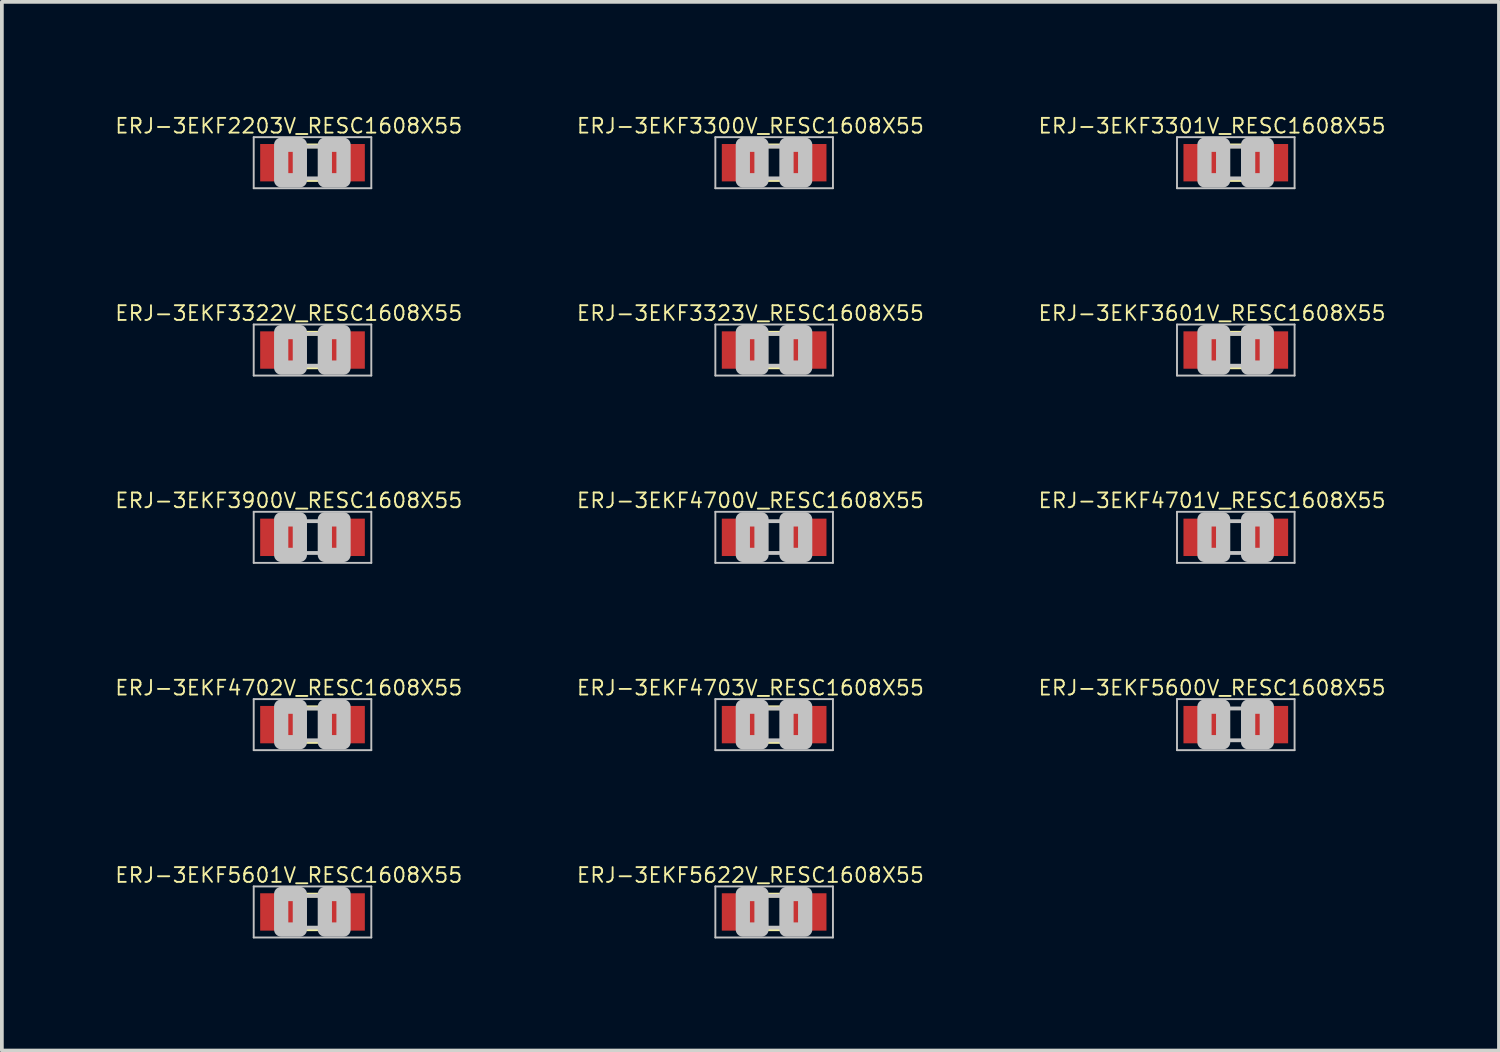
<source format=kicad_pcb>
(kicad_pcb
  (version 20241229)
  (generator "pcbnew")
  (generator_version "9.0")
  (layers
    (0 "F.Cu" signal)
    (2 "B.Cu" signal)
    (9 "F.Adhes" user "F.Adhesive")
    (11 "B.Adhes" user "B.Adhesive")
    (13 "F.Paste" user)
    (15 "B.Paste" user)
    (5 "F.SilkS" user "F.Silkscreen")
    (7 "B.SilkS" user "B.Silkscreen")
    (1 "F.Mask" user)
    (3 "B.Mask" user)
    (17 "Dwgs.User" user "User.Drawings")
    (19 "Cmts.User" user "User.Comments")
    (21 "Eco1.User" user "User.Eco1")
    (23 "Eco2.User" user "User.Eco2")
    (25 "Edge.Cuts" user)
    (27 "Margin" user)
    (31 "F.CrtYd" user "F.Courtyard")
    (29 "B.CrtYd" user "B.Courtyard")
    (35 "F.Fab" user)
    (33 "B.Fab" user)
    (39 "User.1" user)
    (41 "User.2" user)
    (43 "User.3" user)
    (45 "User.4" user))
  (footprint "ERJ-3EKF4700V_RESC1608X55"
    (layer "F.Cu")
    (at 17.662 11.326)
    (property "Reference" "ERJ-3EKF4700V_RESC1608X55" (at -0.635 -0.985 0) (layer "F.SilkS") (effects (font (size 0.394 0.394) (thickness 0.05))))
    (attr smd)
    (fp_line (start -1.573 -0.683) (end 1.573 -0.683) (stroke (width 0.051) (type solid)) (layer "Dwgs.User"))
    (fp_line (start -1.573 0.683) (end -1.573 -0.683) (stroke (width 0.051) (type solid)) (layer "Dwgs.User"))
    (fp_line (start -0.356 -0.432) (end 0.356 -0.432) (stroke (width 0.102) (type solid)) (layer "Dwgs.User"))
    (fp_line (start -0.356 0.419) (end 0.356 0.419) (stroke (width 0.102) (type solid)) (layer "Dwgs.User"))
    (fp_line (start 1.573 -0.683) (end 1.573 0.683) (stroke (width 0.051) (type solid)) (layer "Dwgs.User"))
    (fp_line (start 1.573 0.683) (end -1.573 0.683) (stroke (width 0.051) (type solid)) (layer "Dwgs.User"))
    (fp_poly (pts (xy -0.838 -0.48) (xy -0.338 -0.48) (xy -0.338 0.47) (xy -0.838 0.47)) (stroke (width 0.381) (type solid)) (fill no) (layer "Dwgs.User"))
    (fp_poly (pts (xy 0.33 -0.48) (xy 0.83 -0.48) (xy 0.83 0.47) (xy 0.33 0.47)) (stroke (width 0.381) (type solid)) (fill no) (layer "Dwgs.User"))
    (pad "1" smd rect (at -0.85 0) (size 1.1 1) (layers "F.Cu" "F.Mask" "F.Paste"))
    (pad "2" smd rect (at 0.85 0) (size 1.1 1) (layers "F.Cu" "F.Mask" "F.Paste")))
  (footprint "ERJ-3EKF5622V_RESC1608X55"
    (layer "F.Cu")
    (at 17.662 21.349)
    (property "Reference" "ERJ-3EKF5622V_RESC1608X55" (at -0.635 -0.985 0) (layer "F.SilkS") (effects (font (size 0.394 0.394) (thickness 0.05))))
    (attr smd)
    (fp_line (start -0.15 -0.45) (end 0.15 -0.45) (stroke (width 0.127) (type solid)) (layer "F.SilkS"))
    (fp_line (start -0.15 0.45) (end 0.15 0.45) (stroke (width 0.127) (type solid)) (layer "F.SilkS"))
    (fp_line (start -1.573 -0.683) (end 1.573 -0.683) (stroke (width 0.051) (type solid)) (layer "Dwgs.User"))
    (fp_line (start -1.573 0.683) (end -1.573 -0.683) (stroke (width 0.051) (type solid)) (layer "Dwgs.User"))
    (fp_line (start -0.356 -0.432) (end 0.356 -0.432) (stroke (width 0.102) (type solid)) (layer "Dwgs.User"))
    (fp_line (start -0.356 0.419) (end 0.356 0.419) (stroke (width 0.102) (type solid)) (layer "Dwgs.User"))
    (fp_line (start 1.573 -0.683) (end 1.573 0.683) (stroke (width 0.051) (type solid)) (layer "Dwgs.User"))
    (fp_line (start 1.573 0.683) (end -1.573 0.683) (stroke (width 0.051) (type solid)) (layer "Dwgs.User"))
    (fp_poly (pts (xy -0.838 -0.48) (xy -0.338 -0.48) (xy -0.338 0.47) (xy -0.838 0.47)) (stroke (width 0.381) (type solid)) (fill no) (layer "Dwgs.User"))
    (fp_poly (pts (xy 0.33 -0.48) (xy 0.83 -0.48) (xy 0.83 0.47) (xy 0.33 0.47)) (stroke (width 0.381) (type solid)) (fill no) (layer "Dwgs.User"))
    (pad "1" smd rect (at -0.85 0) (size 1.1 1) (layers "F.Cu" "F.Mask" "F.Paste"))
    (pad "2" smd rect (at 0.85 0) (size 1.1 1) (layers "F.Cu" "F.Mask" "F.Paste")))
  (footprint "ERJ-3EKF3900V_RESC1608X55"
    (layer "F.Cu")
    (at 5.311 11.326)
    (property "Reference" "ERJ-3EKF3900V_RESC1608X55" (at -0.635 -0.985 0) (layer "F.SilkS") (effects (font (size 0.394 0.394) (thickness 0.05))))
    (attr smd)
    (fp_line (start -1.573 -0.683) (end 1.573 -0.683) (stroke (width 0.051) (type solid)) (layer "Dwgs.User"))
    (fp_line (start -1.573 0.683) (end -1.573 -0.683) (stroke (width 0.051) (type solid)) (layer "Dwgs.User"))
    (fp_line (start -0.356 -0.432) (end 0.356 -0.432) (stroke (width 0.102) (type solid)) (layer "Dwgs.User"))
    (fp_line (start -0.356 0.419) (end 0.356 0.419) (stroke (width 0.102) (type solid)) (layer "Dwgs.User"))
    (fp_line (start 1.573 -0.683) (end 1.573 0.683) (stroke (width 0.051) (type solid)) (layer "Dwgs.User"))
    (fp_line (start 1.573 0.683) (end -1.573 0.683) (stroke (width 0.051) (type solid)) (layer "Dwgs.User"))
    (fp_poly (pts (xy -0.838 -0.48) (xy -0.338 -0.48) (xy -0.338 0.47) (xy -0.838 0.47)) (stroke (width 0.381) (type solid)) (fill no) (layer "Dwgs.User"))
    (fp_poly (pts (xy 0.33 -0.48) (xy 0.83 -0.48) (xy 0.83 0.47) (xy 0.33 0.47)) (stroke (width 0.381) (type solid)) (fill no) (layer "Dwgs.User"))
    (pad "1" smd rect (at -0.85 0) (size 1.1 1) (layers "F.Cu" "F.Mask" "F.Paste"))
    (pad "2" smd rect (at 0.85 0) (size 1.1 1) (layers "F.Cu" "F.Mask" "F.Paste")))
  (footprint "ERJ-3EKF5601V_RESC1608X55"
    (layer "F.Cu")
    (at 5.311 21.349)
    (property "Reference" "ERJ-3EKF5601V_RESC1608X55" (at -0.635 -0.985 0) (layer "F.SilkS") (effects (font (size 0.394 0.394) (thickness 0.05))))
    (attr smd)
    (fp_line (start -0.15 -0.45) (end 0.15 -0.45) (stroke (width 0.127) (type solid)) (layer "F.SilkS"))
    (fp_line (start -0.15 0.45) (end 0.15 0.45) (stroke (width 0.127) (type solid)) (layer "F.SilkS"))
    (fp_line (start -1.573 -0.683) (end 1.573 -0.683) (stroke (width 0.051) (type solid)) (layer "Dwgs.User"))
    (fp_line (start -1.573 0.683) (end -1.573 -0.683) (stroke (width 0.051) (type solid)) (layer "Dwgs.User"))
    (fp_line (start -0.356 -0.432) (end 0.356 -0.432) (stroke (width 0.102) (type solid)) (layer "Dwgs.User"))
    (fp_line (start -0.356 0.419) (end 0.356 0.419) (stroke (width 0.102) (type solid)) (layer "Dwgs.User"))
    (fp_line (start 1.573 -0.683) (end 1.573 0.683) (stroke (width 0.051) (type solid)) (layer "Dwgs.User"))
    (fp_line (start 1.573 0.683) (end -1.573 0.683) (stroke (width 0.051) (type solid)) (layer "Dwgs.User"))
    (fp_poly (pts (xy -0.838 -0.48) (xy -0.338 -0.48) (xy -0.338 0.47) (xy -0.838 0.47)) (stroke (width 0.381) (type solid)) (fill no) (layer "Dwgs.User"))
    (fp_poly (pts (xy 0.33 -0.48) (xy 0.83 -0.48) (xy 0.83 0.47) (xy 0.33 0.47)) (stroke (width 0.381) (type solid)) (fill no) (layer "Dwgs.User"))
    (pad "1" smd rect (at -0.85 0) (size 1.1 1) (layers "F.Cu" "F.Mask" "F.Paste"))
    (pad "2" smd rect (at 0.85 0) (size 1.1 1) (layers "F.Cu" "F.Mask" "F.Paste")))
  (footprint "ERJ-3EKF4701V_RESC1608X55"
    (layer "F.Cu")
    (at 30.013 11.326)
    (property "Reference" "ERJ-3EKF4701V_RESC1608X55" (at -0.635 -0.985 0) (layer "F.SilkS") (effects (font (size 0.394 0.394) (thickness 0.05))))
    (attr smd)
    (fp_line (start -1.573 -0.683) (end 1.573 -0.683) (stroke (width 0.051) (type solid)) (layer "Dwgs.User"))
    (fp_line (start -1.573 0.683) (end -1.573 -0.683) (stroke (width 0.051) (type solid)) (layer "Dwgs.User"))
    (fp_line (start -0.356 -0.432) (end 0.356 -0.432) (stroke (width 0.102) (type solid)) (layer "Dwgs.User"))
    (fp_line (start -0.356 0.419) (end 0.356 0.419) (stroke (width 0.102) (type solid)) (layer "Dwgs.User"))
    (fp_line (start 1.573 -0.683) (end 1.573 0.683) (stroke (width 0.051) (type solid)) (layer "Dwgs.User"))
    (fp_line (start 1.573 0.683) (end -1.573 0.683) (stroke (width 0.051) (type solid)) (layer "Dwgs.User"))
    (fp_poly (pts (xy -0.838 -0.48) (xy -0.338 -0.48) (xy -0.338 0.47) (xy -0.838 0.47)) (stroke (width 0.381) (type solid)) (fill no) (layer "Dwgs.User"))
    (fp_poly (pts (xy 0.33 -0.48) (xy 0.83 -0.48) (xy 0.83 0.47) (xy 0.33 0.47)) (stroke (width 0.381) (type solid)) (fill no) (layer "Dwgs.User"))
    (pad "1" smd rect (at -0.85 0) (size 1.1 1) (layers "F.Cu" "F.Mask" "F.Paste"))
    (pad "2" smd rect (at 0.85 0) (size 1.1 1) (layers "F.Cu" "F.Mask" "F.Paste")))
  (footprint "ERJ-3EKF4702V_RESC1608X55"
    (layer "F.Cu")
    (at 5.311 16.337)
    (property "Reference" "ERJ-3EKF4702V_RESC1608X55" (at -0.635 -0.985 0) (layer "F.SilkS") (effects (font (size 0.394 0.394) (thickness 0.05))))
    (attr smd)
    (fp_line (start -0.15 -0.45) (end 0.15 -0.45) (stroke (width 0.127) (type solid)) (layer "F.SilkS"))
    (fp_line (start -0.15 0.45) (end 0.15 0.45) (stroke (width 0.127) (type solid)) (layer "F.SilkS"))
    (fp_line (start -1.573 -0.683) (end 1.573 -0.683) (stroke (width 0.051) (type solid)) (layer "Dwgs.User"))
    (fp_line (start -1.573 0.683) (end -1.573 -0.683) (stroke (width 0.051) (type solid)) (layer "Dwgs.User"))
    (fp_line (start -0.356 -0.432) (end 0.356 -0.432) (stroke (width 0.102) (type solid)) (layer "Dwgs.User"))
    (fp_line (start -0.356 0.419) (end 0.356 0.419) (stroke (width 0.102) (type solid)) (layer "Dwgs.User"))
    (fp_line (start 1.573 -0.683) (end 1.573 0.683) (stroke (width 0.051) (type solid)) (layer "Dwgs.User"))
    (fp_line (start 1.573 0.683) (end -1.573 0.683) (stroke (width 0.051) (type solid)) (layer "Dwgs.User"))
    (fp_poly (pts (xy -0.838 -0.48) (xy -0.338 -0.48) (xy -0.338 0.47) (xy -0.838 0.47)) (stroke (width 0.381) (type solid)) (fill no) (layer "Dwgs.User"))
    (fp_poly (pts (xy 0.33 -0.48) (xy 0.83 -0.48) (xy 0.83 0.47) (xy 0.33 0.47)) (stroke (width 0.381) (type solid)) (fill no) (layer "Dwgs.User"))
    (pad "1" smd rect (at -0.85 0) (size 1.1 1) (layers "F.Cu" "F.Mask" "F.Paste"))
    (pad "2" smd rect (at 0.85 0) (size 1.1 1) (layers "F.Cu" "F.Mask" "F.Paste")))
  (footprint "ERJ-3EKF4703V_RESC1608X55"
    (layer "F.Cu")
    (at 17.662 16.337)
    (property "Reference" "ERJ-3EKF4703V_RESC1608X55" (at -0.635 -0.985 0) (layer "F.SilkS") (effects (font (size 0.394 0.394) (thickness 0.05))))
    (attr smd)
    (fp_line (start -0.15 -0.45) (end 0.15 -0.45) (stroke (width 0.127) (type solid)) (layer "F.SilkS"))
    (fp_line (start -0.15 0.45) (end 0.15 0.45) (stroke (width 0.127) (type solid)) (layer "F.SilkS"))
    (fp_line (start -1.573 -0.683) (end 1.573 -0.683) (stroke (width 0.051) (type solid)) (layer "Dwgs.User"))
    (fp_line (start -1.573 0.683) (end -1.573 -0.683) (stroke (width 0.051) (type solid)) (layer "Dwgs.User"))
    (fp_line (start -0.356 -0.432) (end 0.356 -0.432) (stroke (width 0.102) (type solid)) (layer "Dwgs.User"))
    (fp_line (start -0.356 0.419) (end 0.356 0.419) (stroke (width 0.102) (type solid)) (layer "Dwgs.User"))
    (fp_line (start 1.573 -0.683) (end 1.573 0.683) (stroke (width 0.051) (type solid)) (layer "Dwgs.User"))
    (fp_line (start 1.573 0.683) (end -1.573 0.683) (stroke (width 0.051) (type solid)) (layer "Dwgs.User"))
    (fp_poly (pts (xy -0.838 -0.48) (xy -0.338 -0.48) (xy -0.338 0.47) (xy -0.838 0.47)) (stroke (width 0.381) (type solid)) (fill no) (layer "Dwgs.User"))
    (fp_poly (pts (xy 0.33 -0.48) (xy 0.83 -0.48) (xy 0.83 0.47) (xy 0.33 0.47)) (stroke (width 0.381) (type solid)) (fill no) (layer "Dwgs.User"))
    (pad "1" smd rect (at -0.85 0) (size 1.1 1) (layers "F.Cu" "F.Mask" "F.Paste"))
    (pad "2" smd rect (at 0.85 0) (size 1.1 1) (layers "F.Cu" "F.Mask" "F.Paste")))
  (footprint "ERJ-3EKF3300V_RESC1608X55"
    (layer "F.Cu")
    (at 17.662 1.303)
    (property "Reference" "ERJ-3EKF3300V_RESC1608X55" (at -0.635 -0.985 0) (layer "F.SilkS") (effects (font (size 0.394 0.394) (thickness 0.05))))
    (attr smd)
    (fp_line (start -0.15 -0.45) (end 0.15 -0.45) (stroke (width 0.127) (type solid)) (layer "F.SilkS"))
    (fp_line (start -0.15 0.45) (end 0.15 0.45) (stroke (width 0.127) (type solid)) (layer "F.SilkS"))
    (fp_line (start -1.573 -0.683) (end 1.573 -0.683) (stroke (width 0.051) (type solid)) (layer "Dwgs.User"))
    (fp_line (start -1.573 0.683) (end -1.573 -0.683) (stroke (width 0.051) (type solid)) (layer "Dwgs.User"))
    (fp_line (start -0.356 -0.432) (end 0.356 -0.432) (stroke (width 0.102) (type solid)) (layer "Dwgs.User"))
    (fp_line (start -0.356 0.419) (end 0.356 0.419) (stroke (width 0.102) (type solid)) (layer "Dwgs.User"))
    (fp_line (start 1.573 -0.683) (end 1.573 0.683) (stroke (width 0.051) (type solid)) (layer "Dwgs.User"))
    (fp_line (start 1.573 0.683) (end -1.573 0.683) (stroke (width 0.051) (type solid)) (layer "Dwgs.User"))
    (fp_poly (pts (xy -0.838 -0.48) (xy -0.338 -0.48) (xy -0.338 0.47) (xy -0.838 0.47)) (stroke (width 0.381) (type solid)) (fill no) (layer "Dwgs.User"))
    (fp_poly (pts (xy 0.33 -0.48) (xy 0.83 -0.48) (xy 0.83 0.47) (xy 0.33 0.47)) (stroke (width 0.381) (type solid)) (fill no) (layer "Dwgs.User"))
    (pad "1" smd rect (at -0.85 0) (size 1.1 1) (layers "F.Cu" "F.Mask" "F.Paste"))
    (pad "2" smd rect (at 0.85 0) (size 1.1 1) (layers "F.Cu" "F.Mask" "F.Paste")))
  (footprint "ERJ-3EKF3301V_RESC1608X55"
    (layer "F.Cu")
    (at 30.013 1.303)
    (property "Reference" "ERJ-3EKF3301V_RESC1608X55" (at -0.635 -0.985 0) (layer "F.SilkS") (effects (font (size 0.394 0.394) (thickness 0.05))))
    (attr smd)
    (fp_line (start -0.15 -0.45) (end 0.15 -0.45) (stroke (width 0.127) (type solid)) (layer "F.SilkS"))
    (fp_line (start -0.15 0.45) (end 0.15 0.45) (stroke (width 0.127) (type solid)) (layer "F.SilkS"))
    (fp_line (start -1.573 -0.683) (end 1.573 -0.683) (stroke (width 0.051) (type solid)) (layer "Dwgs.User"))
    (fp_line (start -1.573 0.683) (end -1.573 -0.683) (stroke (width 0.051) (type solid)) (layer "Dwgs.User"))
    (fp_line (start -0.356 -0.432) (end 0.356 -0.432) (stroke (width 0.102) (type solid)) (layer "Dwgs.User"))
    (fp_line (start -0.356 0.419) (end 0.356 0.419) (stroke (width 0.102) (type solid)) (layer "Dwgs.User"))
    (fp_line (start 1.573 -0.683) (end 1.573 0.683) (stroke (width 0.051) (type solid)) (layer "Dwgs.User"))
    (fp_line (start 1.573 0.683) (end -1.573 0.683) (stroke (width 0.051) (type solid)) (layer "Dwgs.User"))
    (fp_poly (pts (xy -0.838 -0.48) (xy -0.338 -0.48) (xy -0.338 0.47) (xy -0.838 0.47)) (stroke (width 0.381) (type solid)) (fill no) (layer "Dwgs.User"))
    (fp_poly (pts (xy 0.33 -0.48) (xy 0.83 -0.48) (xy 0.83 0.47) (xy 0.33 0.47)) (stroke (width 0.381) (type solid)) (fill no) (layer "Dwgs.User"))
    (pad "1" smd rect (at -0.85 0) (size 1.1 1) (layers "F.Cu" "F.Mask" "F.Paste"))
    (pad "2" smd rect (at 0.85 0) (size 1.1 1) (layers "F.Cu" "F.Mask" "F.Paste")))
  (footprint "ERJ-3EKF5600V_RESC1608X55"
    (layer "F.Cu")
    (at 30.013 16.337)
    (property "Reference" "ERJ-3EKF5600V_RESC1608X55" (at -0.635 -0.985 0) (layer "F.SilkS") (effects (font (size 0.394 0.394) (thickness 0.05))))
    (attr smd)
    (fp_line (start -1.573 -0.683) (end 1.573 -0.683) (stroke (width 0.051) (type solid)) (layer "Dwgs.User"))
    (fp_line (start -1.573 0.683) (end -1.573 -0.683) (stroke (width 0.051) (type solid)) (layer "Dwgs.User"))
    (fp_line (start -0.356 -0.432) (end 0.356 -0.432) (stroke (width 0.102) (type solid)) (layer "Dwgs.User"))
    (fp_line (start -0.356 0.419) (end 0.356 0.419) (stroke (width 0.102) (type solid)) (layer "Dwgs.User"))
    (fp_line (start 1.573 -0.683) (end 1.573 0.683) (stroke (width 0.051) (type solid)) (layer "Dwgs.User"))
    (fp_line (start 1.573 0.683) (end -1.573 0.683) (stroke (width 0.051) (type solid)) (layer "Dwgs.User"))
    (fp_poly (pts (xy -0.838 -0.48) (xy -0.338 -0.48) (xy -0.338 0.47) (xy -0.838 0.47)) (stroke (width 0.381) (type solid)) (fill no) (layer "Dwgs.User"))
    (fp_poly (pts (xy 0.33 -0.48) (xy 0.83 -0.48) (xy 0.83 0.47) (xy 0.33 0.47)) (stroke (width 0.381) (type solid)) (fill no) (layer "Dwgs.User"))
    (pad "1" smd rect (at -0.85 0) (size 1.1 1) (layers "F.Cu" "F.Mask" "F.Paste"))
    (pad "2" smd rect (at 0.85 0) (size 1.1 1) (layers "F.Cu" "F.Mask" "F.Paste")))
  (footprint "ERJ-3EKF3322V_RESC1608X55"
    (layer "F.Cu")
    (at 5.311 6.315)
    (property "Reference" "ERJ-3EKF3322V_RESC1608X55" (at -0.635 -0.985 0) (layer "F.SilkS") (effects (font (size 0.394 0.394) (thickness 0.05))))
    (attr smd)
    (fp_line (start -0.15 -0.45) (end 0.15 -0.45) (stroke (width 0.127) (type solid)) (layer "F.SilkS"))
    (fp_line (start -0.15 0.45) (end 0.15 0.45) (stroke (width 0.127) (type solid)) (layer "F.SilkS"))
    (fp_line (start -1.573 -0.683) (end 1.573 -0.683) (stroke (width 0.051) (type solid)) (layer "Dwgs.User"))
    (fp_line (start -1.573 0.683) (end -1.573 -0.683) (stroke (width 0.051) (type solid)) (layer "Dwgs.User"))
    (fp_line (start -0.356 -0.432) (end 0.356 -0.432) (stroke (width 0.102) (type solid)) (layer "Dwgs.User"))
    (fp_line (start -0.356 0.419) (end 0.356 0.419) (stroke (width 0.102) (type solid)) (layer "Dwgs.User"))
    (fp_line (start 1.573 -0.683) (end 1.573 0.683) (stroke (width 0.051) (type solid)) (layer "Dwgs.User"))
    (fp_line (start 1.573 0.683) (end -1.573 0.683) (stroke (width 0.051) (type solid)) (layer "Dwgs.User"))
    (fp_poly (pts (xy -0.838 -0.48) (xy -0.338 -0.48) (xy -0.338 0.47) (xy -0.838 0.47)) (stroke (width 0.381) (type solid)) (fill no) (layer "Dwgs.User"))
    (fp_poly (pts (xy 0.33 -0.48) (xy 0.83 -0.48) (xy 0.83 0.47) (xy 0.33 0.47)) (stroke (width 0.381) (type solid)) (fill no) (layer "Dwgs.User"))
    (pad "1" smd rect (at -0.85 0) (size 1.1 1) (layers "F.Cu" "F.Mask" "F.Paste"))
    (pad "2" smd rect (at 0.85 0) (size 1.1 1) (layers "F.Cu" "F.Mask" "F.Paste")))
  (footprint "ERJ-3EKF3323V_RESC1608X55"
    (layer "F.Cu")
    (at 17.662 6.315)
    (property "Reference" "ERJ-3EKF3323V_RESC1608X55" (at -0.635 -0.985 0) (layer "F.SilkS") (effects (font (size 0.394 0.394) (thickness 0.05))))
    (attr smd)
    (fp_line (start -0.15 -0.45) (end 0.15 -0.45) (stroke (width 0.127) (type solid)) (layer "F.SilkS"))
    (fp_line (start -0.15 0.45) (end 0.15 0.45) (stroke (width 0.127) (type solid)) (layer "F.SilkS"))
    (fp_line (start -1.573 -0.683) (end 1.573 -0.683) (stroke (width 0.051) (type solid)) (layer "Dwgs.User"))
    (fp_line (start -1.573 0.683) (end -1.573 -0.683) (stroke (width 0.051) (type solid)) (layer "Dwgs.User"))
    (fp_line (start -0.356 -0.432) (end 0.356 -0.432) (stroke (width 0.102) (type solid)) (layer "Dwgs.User"))
    (fp_line (start -0.356 0.419) (end 0.356 0.419) (stroke (width 0.102) (type solid)) (layer "Dwgs.User"))
    (fp_line (start 1.573 -0.683) (end 1.573 0.683) (stroke (width 0.051) (type solid)) (layer "Dwgs.User"))
    (fp_line (start 1.573 0.683) (end -1.573 0.683) (stroke (width 0.051) (type solid)) (layer "Dwgs.User"))
    (fp_poly (pts (xy -0.838 -0.48) (xy -0.338 -0.48) (xy -0.338 0.47) (xy -0.838 0.47)) (stroke (width 0.381) (type solid)) (fill no) (layer "Dwgs.User"))
    (fp_poly (pts (xy 0.33 -0.48) (xy 0.83 -0.48) (xy 0.83 0.47) (xy 0.33 0.47)) (stroke (width 0.381) (type solid)) (fill no) (layer "Dwgs.User"))
    (pad "1" smd rect (at -0.85 0) (size 1.1 1) (layers "F.Cu" "F.Mask" "F.Paste"))
    (pad "2" smd rect (at 0.85 0) (size 1.1 1) (layers "F.Cu" "F.Mask" "F.Paste")))
  (footprint "ERJ-3EKF3601V_RESC1608X55"
    (layer "F.Cu")
    (at 30.013 6.315)
    (property "Reference" "ERJ-3EKF3601V_RESC1608X55" (at -0.635 -0.985 0) (layer "F.SilkS") (effects (font (size 0.394 0.394) (thickness 0.05))))
    (attr smd)
    (fp_line (start -0.15 -0.45) (end 0.15 -0.45) (stroke (width 0.127) (type solid)) (layer "F.SilkS"))
    (fp_line (start -0.15 0.45) (end 0.15 0.45) (stroke (width 0.127) (type solid)) (layer "F.SilkS"))
    (fp_line (start -1.573 -0.683) (end 1.573 -0.683) (stroke (width 0.051) (type solid)) (layer "Dwgs.User"))
    (fp_line (start -1.573 0.683) (end -1.573 -0.683) (stroke (width 0.051) (type solid)) (layer "Dwgs.User"))
    (fp_line (start -0.356 -0.432) (end 0.356 -0.432) (stroke (width 0.102) (type solid)) (layer "Dwgs.User"))
    (fp_line (start -0.356 0.419) (end 0.356 0.419) (stroke (width 0.102) (type solid)) (layer "Dwgs.User"))
    (fp_line (start 1.573 -0.683) (end 1.573 0.683) (stroke (width 0.051) (type solid)) (layer "Dwgs.User"))
    (fp_line (start 1.573 0.683) (end -1.573 0.683) (stroke (width 0.051) (type solid)) (layer "Dwgs.User"))
    (fp_poly (pts (xy -0.838 -0.48) (xy -0.338 -0.48) (xy -0.338 0.47) (xy -0.838 0.47)) (stroke (width 0.381) (type solid)) (fill no) (layer "Dwgs.User"))
    (fp_poly (pts (xy 0.33 -0.48) (xy 0.83 -0.48) (xy 0.83 0.47) (xy 0.33 0.47)) (stroke (width 0.381) (type solid)) (fill no) (layer "Dwgs.User"))
    (pad "1" smd rect (at -0.85 0) (size 1.1 1) (layers "F.Cu" "F.Mask" "F.Paste"))
    (pad "2" smd rect (at 0.85 0) (size 1.1 1) (layers "F.Cu" "F.Mask" "F.Paste")))
  (footprint "ERJ-3EKF2203V_RESC1608X55"
    (layer "F.Cu")
    (at 5.311 1.303)
    (property "Reference" "ERJ-3EKF2203V_RESC1608X55" (at -0.635 -0.985 0) (layer "F.SilkS") (effects (font (size 0.394 0.394) (thickness 0.05))))
    (attr smd)
    (fp_line (start -0.15 -0.45) (end 0.15 -0.45) (stroke (width 0.127) (type solid)) (layer "F.SilkS"))
    (fp_line (start -0.15 0.45) (end 0.15 0.45) (stroke (width 0.127) (type solid)) (layer "F.SilkS"))
    (fp_line (start -1.573 -0.683) (end 1.573 -0.683) (stroke (width 0.051) (type solid)) (layer "Dwgs.User"))
    (fp_line (start -1.573 0.683) (end -1.573 -0.683) (stroke (width 0.051) (type solid)) (layer "Dwgs.User"))
    (fp_line (start -0.356 -0.432) (end 0.356 -0.432) (stroke (width 0.102) (type solid)) (layer "Dwgs.User"))
    (fp_line (start -0.356 0.419) (end 0.356 0.419) (stroke (width 0.102) (type solid)) (layer "Dwgs.User"))
    (fp_line (start 1.573 -0.683) (end 1.573 0.683) (stroke (width 0.051) (type solid)) (layer "Dwgs.User"))
    (fp_line (start 1.573 0.683) (end -1.573 0.683) (stroke (width 0.051) (type solid)) (layer "Dwgs.User"))
    (fp_poly (pts (xy -0.838 -0.48) (xy -0.338 -0.48) (xy -0.338 0.47) (xy -0.838 0.47)) (stroke (width 0.381) (type solid)) (fill no) (layer "Dwgs.User"))
    (fp_poly (pts (xy 0.33 -0.48) (xy 0.83 -0.48) (xy 0.83 0.47) (xy 0.33 0.47)) (stroke (width 0.381) (type solid)) (fill no) (layer "Dwgs.User"))
    (pad "1" smd rect (at -0.85 0) (size 1.1 1) (layers "F.Cu" "F.Mask" "F.Paste"))
    (pad "2" smd rect (at 0.85 0) (size 1.1 1) (layers "F.Cu" "F.Mask" "F.Paste")))
  (gr_rect
    (start -3 -3)
    (end 37.054 25.057)
    (stroke (width 0.1) (type default))
    (fill no)
    (layer "Edge.Cuts")))
</source>
